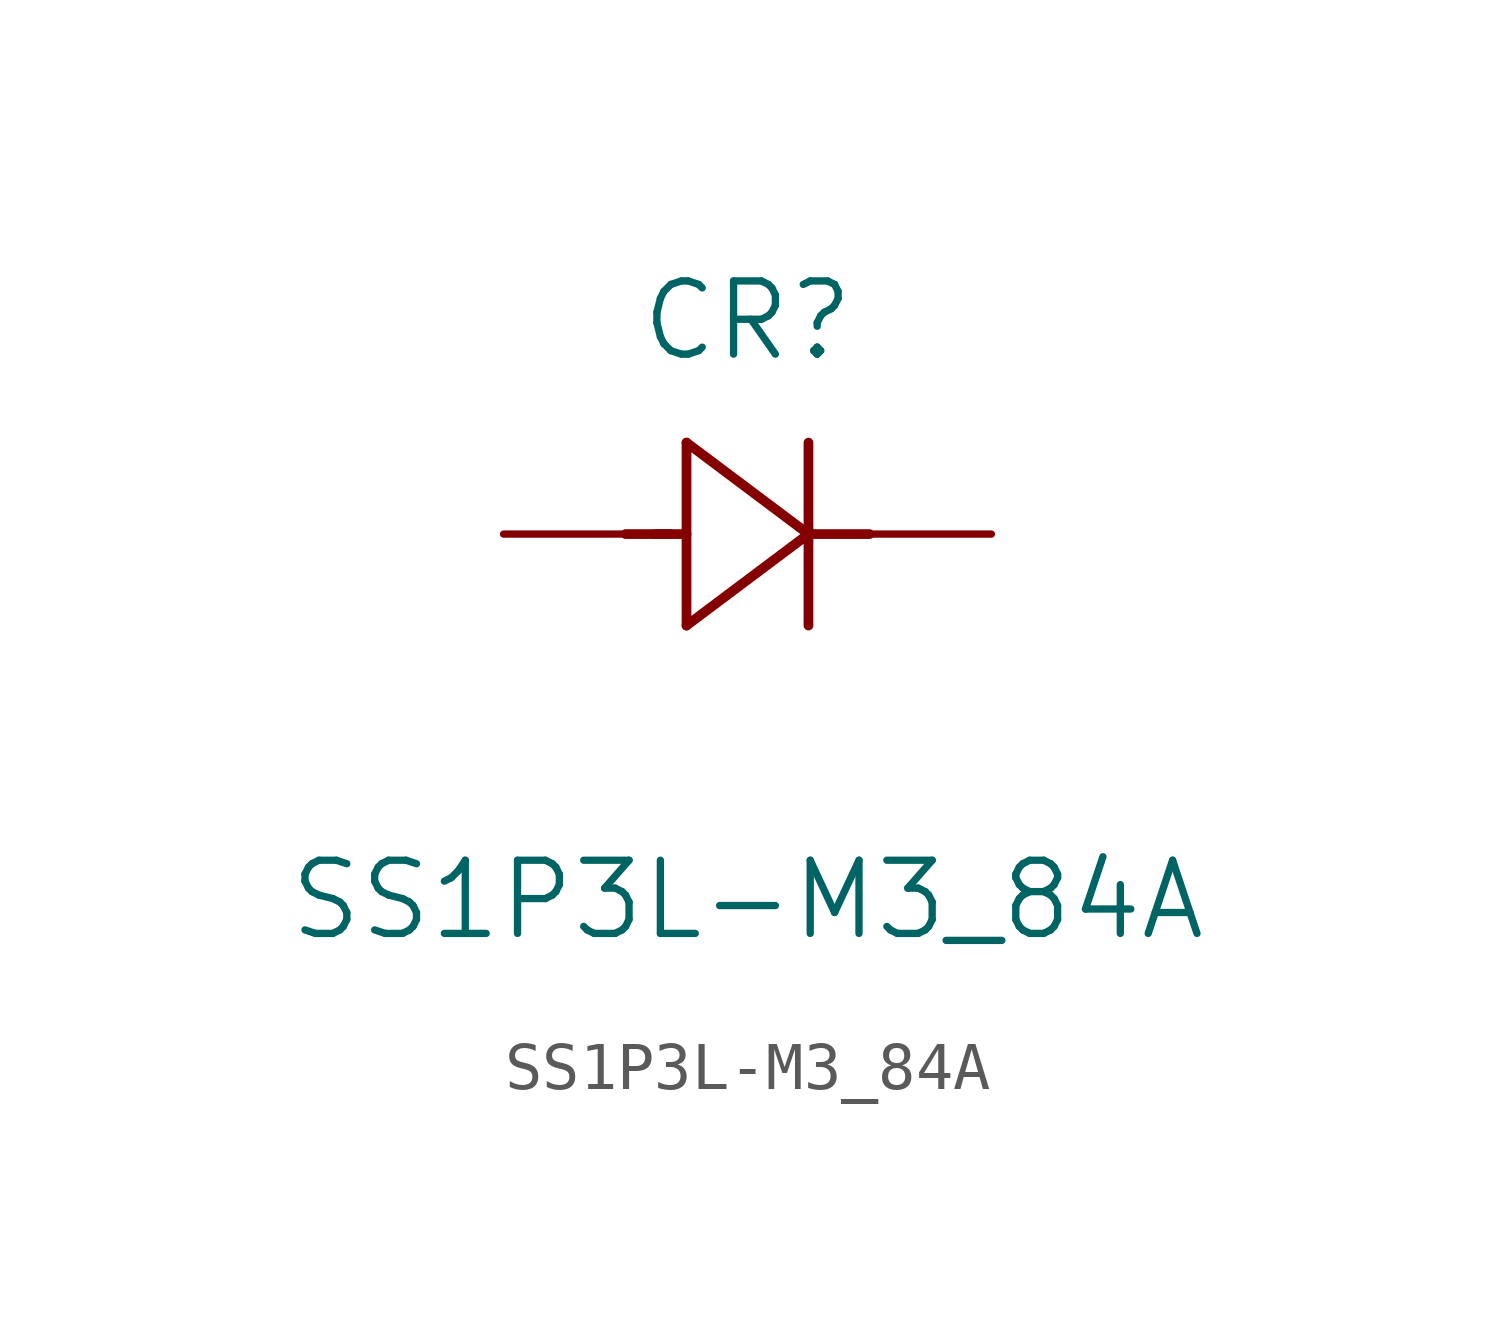
<source format=kicad_sym>
(kicad_symbol_lib
  (version 20211014)
  (generator kicad_symbol_editor)
  (symbol "SS1P3L-M3_84A"
    (pin_numbers hide)
    (pin_names
      (offset -1.651) hide)
    (property "Reference" "CR"
      (at 5.08 4.445 0)
      (effects (font (size 1.524 1.524))))
    (property "Value" "SS1P3L-M3_84A"
      (at 5.08 -7.62 0)
      (effects (font (size 1.524 1.524))))
    (property "Datasheet" ""
      (at 0 0 0)
      (effects (font (size 1.524 1.524))))
    (property "ki_locked" ""
      (at 0 0 0)
      (effects (font (size 1.27 1.27))))
    (symbol "SS1P3L-M3_84A_1_1"
      (polyline (pts (xy 2.54 0) (xy 3.48 0)) (stroke (width 0.203) (type default) (color 0 0 0 0)) (fill (type none)))
      (polyline (pts (xy 3.175 0) (xy 3.81 0)) (stroke (width 0.203) (type default) (color 0 0 0 0)) (fill (type none)))
      (polyline (pts (xy 3.81 -1.905) (xy 6.35 0)) (stroke (width 0.203) (type default) (color 0 0 0 0)) (fill (type none)))
      (polyline (pts (xy 3.81 1.905) (xy 3.81 -1.905)) (stroke (width 0.203) (type default) (color 0 0 0 0)) (fill (type none)))
      (polyline (pts (xy 6.35 -1.905) (xy 6.35 1.905)) (stroke (width 0.203) (type default) (color 0 0 0 0)) (fill (type none)))
      (polyline (pts (xy 6.35 0) (xy 3.81 1.905)) (stroke (width 0.203) (type default) (color 0 0 0 0)) (fill (type none)))
      (polyline (pts (xy 6.35 0) (xy 7.62 0)) (stroke (width 0.203) (type default) (color 0 0 0 0)) (fill (type none)))
      (pin passive line (at 10.16 0 180) (length 2.54) (name "1" (effects (font (size 1.499 1.499)))) (number "1" (effects (font (size 1.499 1.499)))))
      (pin passive line (at 0 0 0) (length 2.54) (name "2" (effects (font (size 1.499 1.499)))) (number "2" (effects (font (size 1.499 1.499))))))))
</source>
